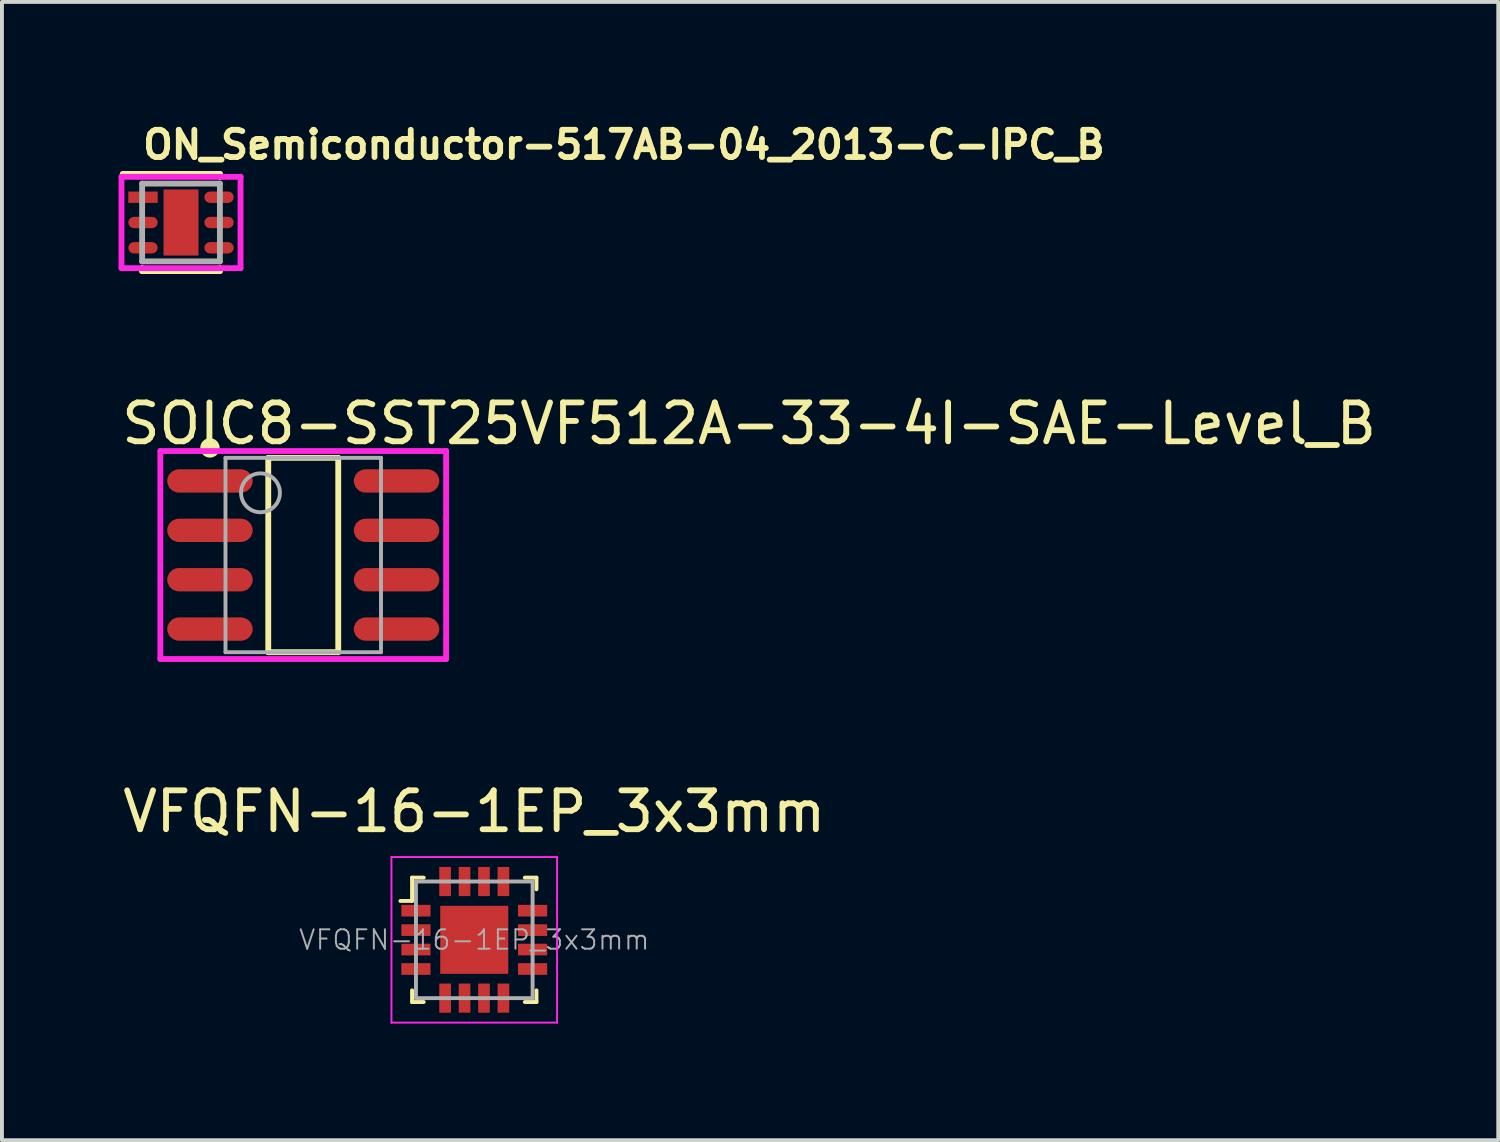
<source format=kicad_pcb>
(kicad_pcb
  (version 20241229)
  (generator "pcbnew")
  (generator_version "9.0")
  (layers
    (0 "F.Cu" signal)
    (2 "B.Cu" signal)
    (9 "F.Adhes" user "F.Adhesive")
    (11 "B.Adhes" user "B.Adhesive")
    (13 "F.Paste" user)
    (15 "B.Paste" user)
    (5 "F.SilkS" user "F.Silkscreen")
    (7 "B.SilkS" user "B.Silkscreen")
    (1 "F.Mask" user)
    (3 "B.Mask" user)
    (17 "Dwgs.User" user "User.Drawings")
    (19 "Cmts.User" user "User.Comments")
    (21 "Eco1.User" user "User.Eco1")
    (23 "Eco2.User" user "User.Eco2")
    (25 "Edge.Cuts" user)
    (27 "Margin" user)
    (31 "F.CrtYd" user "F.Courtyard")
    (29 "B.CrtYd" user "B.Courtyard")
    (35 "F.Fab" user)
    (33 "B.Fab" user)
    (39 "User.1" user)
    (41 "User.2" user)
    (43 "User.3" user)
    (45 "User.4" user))
  (footprint "ON_Semiconductor-517AB-04_2013-C-IPC_B"
    (layer "F.Cu")
    (at 1.606 2.673)
    (property "Reference" "ON_Semiconductor-517AB-04_2013-C-IPC_B" (at -1.056 -2 0) (layer "F.SilkS") (effects (font (size 0.7 0.7) (thickness 0.15)) (justify left)))
    (attr through_hole)
    (fp_line (start -1.5 -1.25) (end 1 -1.25) (stroke (width 0.15) (type solid)) (layer "F.SilkS"))
    (fp_line (start -1 1.25) (end -1 1.171) (stroke (width 0.15) (type solid)) (layer "F.SilkS"))
    (fp_line (start -1 1.25) (end 1 1.25) (stroke (width 0.15) (type solid)) (layer "F.SilkS"))
    (fp_line (start 1 -1.171) (end 1 -1.25) (stroke (width 0.15) (type solid)) (layer "F.SilkS"))
    (fp_line (start 1 1.25) (end 1 1.171) (stroke (width 0.15) (type solid)) (layer "F.SilkS"))
    (fp_poly (pts (xy -0.239 -0.639) (xy 0.239 -0.639) (xy 0.239 0.639) (xy -0.239 0.639)) (stroke (width 0) (type solid)) (fill yes) (layer "F.Paste"))
    (fp_line (start -1.531 -1.175) (end -1.531 1.175) (stroke (width 0.15) (type solid)) (layer "F.CrtYd"))
    (fp_line (start -1.531 1.175) (end 1.531 1.175) (stroke (width 0.15) (type solid)) (layer "F.CrtYd"))
    (fp_line (start 1.531 -1.175) (end -1.531 -1.175) (stroke (width 0.15) (type solid)) (layer "F.CrtYd"))
    (fp_line (start 1.531 -1.175) (end 1.531 -1.175) (stroke (width 0.15) (type solid)) (layer "F.CrtYd"))
    (fp_line (start 1.531 1.175) (end 1.531 -1.175) (stroke (width 0.15) (type solid)) (layer "F.CrtYd"))
    (fp_line (start -1 -1) (end 1 -1) (stroke (width 0.15) (type solid)) (layer "F.Fab"))
    (fp_line (start -1 1) (end -1 -1) (stroke (width 0.15) (type solid)) (layer "F.Fab"))
    (fp_line (start 1 -1) (end 1 1) (stroke (width 0.15) (type solid)) (layer "F.Fab"))
    (fp_line (start 1 1) (end -1 1) (stroke (width 0.15) (type solid)) (layer "F.Fab"))
    (pad "1" smd rect (at -0.978 -0.65) (size 0.756 0.292) (layers "F.Cu" "F.Mask" "F.Paste"))
    (pad "2" smd roundrect (at -0.978 0) (size 0.756 0.292) (layers "F.Cu" "F.Mask" "F.Paste") (roundrect_rratio 0.5))
    (pad "3" smd roundrect (at -0.978 0.65) (size 0.756 0.292) (layers "F.Cu" "F.Mask" "F.Paste") (roundrect_rratio 0.5))
    (pad "4" smd roundrect (at 0.978 0.65) (size 0.756 0.292) (layers "F.Cu" "F.Mask" "F.Paste") (roundrect_rratio 0.5))
    (pad "5" smd roundrect (at 0.978 0) (size 0.756 0.292) (layers "F.Cu" "F.Mask" "F.Paste") (roundrect_rratio 0.5))
    (pad "6" smd roundrect (at 0.978 -0.65) (size 0.756 0.292) (layers "F.Cu" "F.Mask" "F.Paste") (roundrect_rratio 0.5))
    (pad "7" smd rect (at 0 0) (size 0.9 1.7) (layers "F.Cu" "F.Mask")))
  (footprint "VFQFN-16-1EP_3x3mm"
    (layer "F.Cu")
    (at 9.149 21.124)
    (property "Reference" "VFQFN-16-1EP_3x3mm" (at 0 -3.3 0) (layer "F.SilkS") (effects (font (size 1 1) (thickness 0.15))))
    (attr smd)
    (fp_line (start -1.6 -1.6) (end -1.6 -1) (stroke (width 0.1) (type solid)) (layer "F.SilkS"))
    (fp_line (start -1.6 -1.6) (end -1.3 -1.6) (stroke (width 0.1) (type solid)) (layer "F.SilkS"))
    (fp_line (start -1.6 -1) (end -1.9 -1) (stroke (width 0.1) (type solid)) (layer "F.SilkS"))
    (fp_line (start -1.6 1.6) (end -1.6 1.3) (stroke (width 0.1) (type solid)) (layer "F.SilkS"))
    (fp_line (start -1.6 1.6) (end -1.3 1.6) (stroke (width 0.1) (type solid)) (layer "F.SilkS"))
    (fp_line (start 1.6 -1.6) (end 1.3 -1.6) (stroke (width 0.1) (type solid)) (layer "F.SilkS"))
    (fp_line (start 1.6 -1.6) (end 1.6 -1.3) (stroke (width 0.1) (type solid)) (layer "F.SilkS"))
    (fp_line (start 1.6 1.6) (end 1.3 1.6) (stroke (width 0.1) (type solid)) (layer "F.SilkS"))
    (fp_line (start 1.6 1.6) (end 1.6 1.3) (stroke (width 0.1) (type solid)) (layer "F.SilkS"))
    (fp_line (start -2.13 -2.13) (end -2.13 2.13) (stroke (width 0.05) (type solid)) (layer "F.CrtYd"))
    (fp_line (start 2.13 -2.13) (end -2.13 -2.13) (stroke (width 0.05) (type solid)) (layer "F.CrtYd"))
    (fp_line (start 2.13 -2.13) (end 2.13 2.13) (stroke (width 0.05) (type solid)) (layer "F.CrtYd"))
    (fp_line (start 2.13 2.13) (end -2.13 2.13) (stroke (width 0.05) (type solid)) (layer "F.CrtYd"))
    (fp_line (start -1.5 -1.5) (end -1.5 1.5) (stroke (width 0.1) (type solid)) (layer "F.Fab"))
    (fp_line (start -1.5 -1.5) (end 1.5 -1.5) (stroke (width 0.1) (type solid)) (layer "F.Fab"))
    (fp_line (start -1.5 1.5) (end 1.5 1.5) (stroke (width 0.1) (type solid)) (layer "F.Fab"))
    (fp_line (start 1.5 -1.5) (end 1.5 1.5) (stroke (width 0.1) (type solid)) (layer "F.Fab"))
    (fp_text user "${REFERENCE}" (at 0 0 0) (layer "F.Fab") (effects (font (size 0.5 0.5) (thickness 0.05))))
    (pad "1" smd rect (at -1.5 -0.75) (size 0.75 0.3) (layers "F.Cu" "F.Mask" "F.Paste"))
    (pad "2" smd rect (at -1.5 -0.25) (size 0.75 0.3) (layers "F.Cu" "F.Mask" "F.Paste"))
    (pad "3" smd rect (at -1.5 0.25) (size 0.75 0.3) (layers "F.Cu" "F.Mask" "F.Paste"))
    (pad "4" smd rect (at -1.5 0.75) (size 0.75 0.3) (layers "F.Cu" "F.Mask" "F.Paste"))
    (pad "5" smd rect (at -0.75 1.5) (size 0.3 0.75) (layers "F.Cu" "F.Mask" "F.Paste"))
    (pad "6" smd rect (at -0.25 1.5) (size 0.3 0.75) (layers "F.Cu" "F.Mask" "F.Paste"))
    (pad "7" smd rect (at 0.25 1.5) (size 0.3 0.75) (layers "F.Cu" "F.Mask" "F.Paste"))
    (pad "8" smd rect (at 0.75 1.5) (size 0.3 0.75) (layers "F.Cu" "F.Mask" "F.Paste"))
    (pad "9" smd rect (at 1.5 0.75) (size 0.75 0.3) (layers "F.Cu" "F.Mask" "F.Paste"))
    (pad "10" smd rect (at 1.5 0.25) (size 0.75 0.3) (layers "F.Cu" "F.Mask" "F.Paste"))
    (pad "11" smd rect (at 1.5 -0.25) (size 0.75 0.3) (layers "F.Cu" "F.Mask" "F.Paste"))
    (pad "12" smd rect (at 1.5 -0.75) (size 0.75 0.3) (layers "F.Cu" "F.Mask" "F.Paste"))
    (pad "13" smd rect (at 0.75 -1.5) (size 0.3 0.75) (layers "F.Cu" "F.Mask" "F.Paste"))
    (pad "14" smd rect (at 0.25 -1.5) (size 0.3 0.75) (layers "F.Cu" "F.Mask" "F.Paste"))
    (pad "15" smd rect (at -0.25 -1.5) (size 0.3 0.75) (layers "F.Cu" "F.Mask" "F.Paste"))
    (pad "16" smd rect (at -0.75 -1.5) (size 0.3 0.75) (layers "F.Cu" "F.Mask" "F.Paste"))
    (pad "17" smd rect (at 0 0) (size 1.75 1.75) (layers "F.Cu" "F.Mask" "F.Paste")))
  (footprint "SOIC8-SST25VF512A-33-4I-SAE-Level_B"
    (layer "F.Cu")
    (at 4.75 11.226)
    (property "Reference" "SOIC8-SST25VF512A-33-4I-SAE-Level_B" (at -4.75 -3.38 0) (layer "F.SilkS") (effects (font (size 1 1) (thickness 0.15)) (justify left)))
    (attr through_hole)
    (fp_line (start -0.9 -2.5) (end 0.9 -2.5) (stroke (width 0.15) (type solid)) (layer "F.SilkS"))
    (fp_line (start -0.9 2.5) (end -0.9 -2.5) (stroke (width 0.15) (type solid)) (layer "F.SilkS"))
    (fp_line (start -0.9 2.5) (end 0.9 2.5) (stroke (width 0.15) (type solid)) (layer "F.SilkS"))
    (fp_line (start 0.9 2.5) (end 0.9 -2.5) (stroke (width 0.15) (type solid)) (layer "F.SilkS"))
    (fp_circle (center -2.4 -2.755) (end -2.275 -2.755) (stroke (width 0.25) (type solid)) (fill no) (layer "F.SilkS"))
    (fp_line (start -3.675 -2.675) (end -3.675 2.675) (stroke (width 0.15) (type solid)) (layer "F.CrtYd"))
    (fp_line (start -3.675 2.675) (end 3.675 2.675) (stroke (width 0.15) (type solid)) (layer "F.CrtYd"))
    (fp_line (start 3.675 -2.675) (end -3.675 -2.675) (stroke (width 0.15) (type solid)) (layer "F.CrtYd"))
    (fp_line (start 3.675 -2.675) (end 3.675 -2.675) (stroke (width 0.15) (type solid)) (layer "F.CrtYd"))
    (fp_line (start 3.675 2.675) (end 3.675 -2.675) (stroke (width 0.15) (type solid)) (layer "F.CrtYd"))
    (fp_line (start -2 -2.5) (end 2 -2.5) (stroke (width 0.1) (type solid)) (layer "F.Fab"))
    (fp_line (start -2 2.5) (end -2 -2.5) (stroke (width 0.1) (type solid)) (layer "F.Fab"))
    (fp_line (start -2 2.5) (end 2 2.5) (stroke (width 0.1) (type solid)) (layer "F.Fab"))
    (fp_line (start 2 2.5) (end 2 -2.5) (stroke (width 0.1) (type solid)) (layer "F.Fab"))
    (fp_circle (center -1.1 -1.6) (end -0.6 -1.6) (stroke (width 0.1) (type solid)) (fill no) (layer "F.Fab"))
    (pad "1" smd roundrect (at -2.4 -1.905 270) (size 0.6 2.2) (layers "F.Cu" "F.Mask" "F.Paste") (roundrect_rratio 0.5))
    (pad "2" smd roundrect (at -2.4 -0.635 270) (size 0.6 2.2) (layers "F.Cu" "F.Mask" "F.Paste") (roundrect_rratio 0.5))
    (pad "3" smd roundrect (at -2.4 0.635 270) (size 0.6 2.2) (layers "F.Cu" "F.Mask" "F.Paste") (roundrect_rratio 0.5))
    (pad "4" smd roundrect (at -2.4 1.905 270) (size 0.6 2.2) (layers "F.Cu" "F.Mask" "F.Paste") (roundrect_rratio 0.5))
    (pad "5" smd roundrect (at 2.4 1.905 270) (size 0.6 2.2) (layers "F.Cu" "F.Mask" "F.Paste") (roundrect_rratio 0.5))
    (pad "6" smd roundrect (at 2.4 0.635 270) (size 0.6 2.2) (layers "F.Cu" "F.Mask" "F.Paste") (roundrect_rratio 0.5))
    (pad "7" smd roundrect (at 2.4 -0.635 270) (size 0.6 2.2) (layers "F.Cu" "F.Mask" "F.Paste") (roundrect_rratio 0.5))
    (pad "8" smd roundrect (at 2.4 -1.905 270) (size 0.6 2.2) (layers "F.Cu" "F.Mask" "F.Paste") (roundrect_rratio 0.5)))
  (gr_rect
    (start -3 -3)
    (end 35.488 26.279)
    (stroke (width 0.1) (type default))
    (fill no)
    (layer "Edge.Cuts")))
</source>
